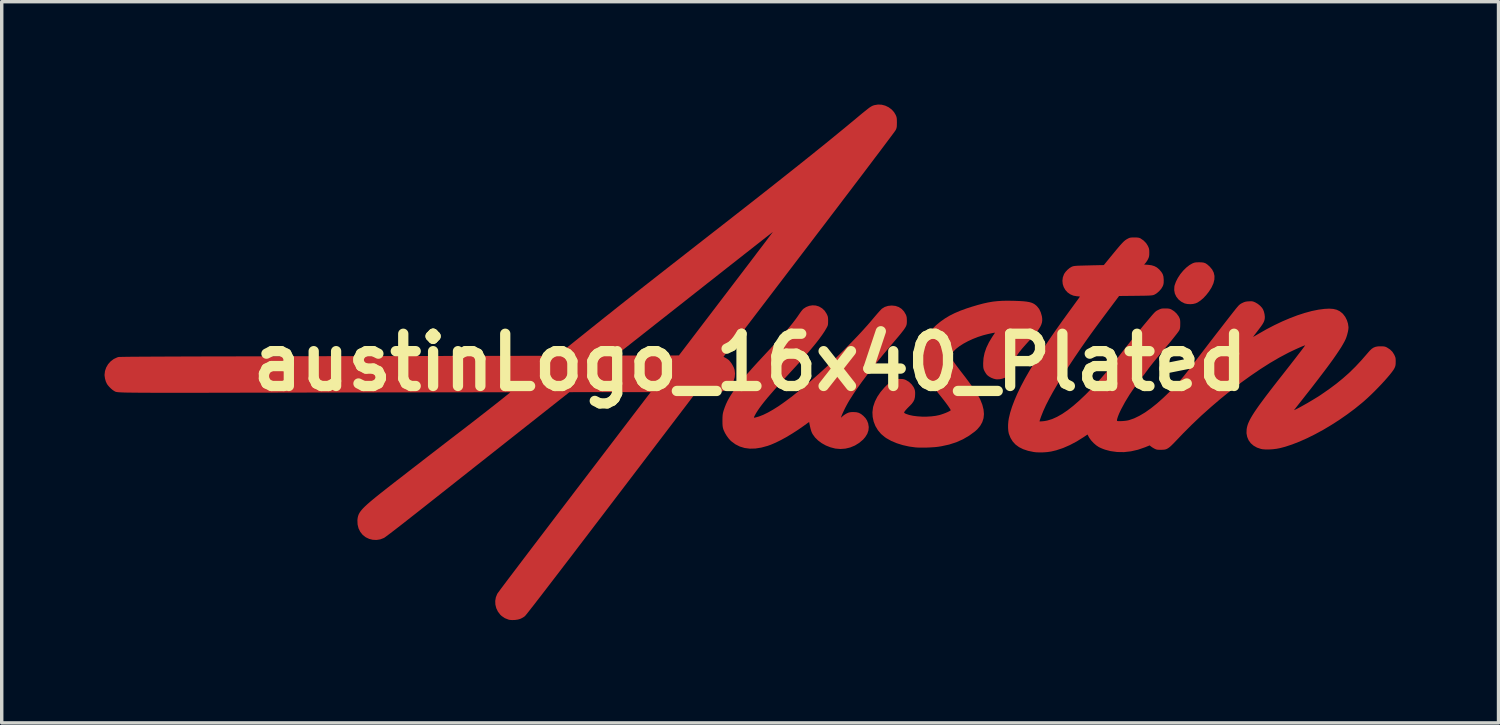
<source format=kicad_pcb>
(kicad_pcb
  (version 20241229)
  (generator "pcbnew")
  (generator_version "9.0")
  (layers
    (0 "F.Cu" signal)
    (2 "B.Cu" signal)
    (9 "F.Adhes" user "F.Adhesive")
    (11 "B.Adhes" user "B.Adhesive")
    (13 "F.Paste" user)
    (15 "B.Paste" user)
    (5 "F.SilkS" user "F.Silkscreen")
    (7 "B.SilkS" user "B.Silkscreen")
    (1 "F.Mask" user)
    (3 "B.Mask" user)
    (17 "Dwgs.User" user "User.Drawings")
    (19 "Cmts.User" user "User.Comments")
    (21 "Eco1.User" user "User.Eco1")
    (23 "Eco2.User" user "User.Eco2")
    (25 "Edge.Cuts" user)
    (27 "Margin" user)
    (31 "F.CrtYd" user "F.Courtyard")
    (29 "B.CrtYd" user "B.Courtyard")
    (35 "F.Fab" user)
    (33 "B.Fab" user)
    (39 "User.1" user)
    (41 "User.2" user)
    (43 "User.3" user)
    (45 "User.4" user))
  (footprint "austinLogo_16x40_Plated"
    (layer "F.Cu")
    (at 18.839 7.522)
    (property "Reference" "austinLogo_16x40_Plated" (at 0 0 0) (layer "F.SilkS") (effects (font (size 1.524 1.524) (thickness 0.3))))
    (attr through_hole)
    (pad "1" smd custom (at 0.508 1.905) (size 0.5 0.5) (layers "F.Cu" "F.Mask" "F.Paste") (options (anchor circle)) (primitives (gr_poly (pts (xy 1.405 -3.558) (xy 1.492 -3.532) (xy 1.499 -3.529) (xy 1.589 -3.475) (xy 1.66 -3.407) (xy 1.714 -3.323) (xy 1.717 -3.318) (xy 1.737 -3.275) (xy 1.75 -3.24) (xy 1.756 -3.203) (xy 1.759 -3.157) (xy 1.759 -3.112) (xy 1.758 -3.054) (xy 1.755 -3.013) (xy 1.748 -2.981) (xy 1.734 -2.948) (xy 1.712 -2.907) (xy 1.711 -2.905) (xy 1.656 -2.812) (xy 1.586 -2.708) (xy 1.501 -2.591) (xy 1.401 -2.462) (xy 1.284 -2.32) (xy 1.15 -2.163) (xy 1 -1.992) (xy 0.831 -1.805) (xy 0.648 -1.607) (xy 0.486 -1.43) (xy 0.34 -1.271) (xy 0.21 -1.127) (xy 0.096 -0.996) (xy -0.005 -0.879) (xy -0.092 -0.773) (xy -0.168 -0.677) (xy -0.232 -0.591) (xy -0.287 -0.512) (xy -0.333 -0.44) (xy -0.352 -0.407) (xy -0.383 -0.351) (xy -0.4 -0.315) (xy -0.404 -0.293) (xy -0.396 -0.285) (xy -0.376 -0.286) (xy -0.371 -0.287) (xy -0.253 -0.32) (xy -0.125 -0.37) (xy 0.014 -0.438) (xy 0.165 -0.524) (xy 0.328 -0.627) (xy 0.503 -0.75) (xy 0.693 -0.891) (xy 0.896 -1.053) (xy 1.022 -1.157) (xy 1.273 -1.369) (xy 1.51 -1.577) (xy 1.741 -1.788) (xy 1.97 -2.006) (xy 2.206 -2.238) (xy 2.274 -2.307) (xy 2.41 -2.445) (xy 2.53 -2.569) (xy 2.639 -2.683) (xy 2.738 -2.789) (xy 2.83 -2.891) (xy 2.921 -2.992) (xy 3.011 -3.096) (xy 3.095 -3.196) (xy 3.153 -3.264) (xy 3.207 -3.327) (xy 3.257 -3.383) (xy 3.298 -3.427) (xy 3.327 -3.457) (xy 3.336 -3.466) (xy 3.418 -3.517) (xy 3.513 -3.547) (xy 3.619 -3.558) (xy 3.728 -3.547) (xy 3.824 -3.514) (xy 3.907 -3.46) (xy 3.976 -3.385) (xy 4.03 -3.292) (xy 4.044 -3.253) (xy 4.053 -3.211) (xy 4.056 -3.156) (xy 4.057 -3.118) (xy 4.057 -3.083) (xy 4.055 -3.052) (xy 4.052 -3.023) (xy 4.045 -2.994) (xy 4.033 -2.963) (xy 4.015 -2.929) (xy 3.99 -2.89) (xy 3.957 -2.843) (xy 3.914 -2.788) (xy 3.861 -2.721) (xy 3.795 -2.642) (xy 3.716 -2.549) (xy 3.622 -2.438) (xy 3.557 -2.362) (xy 3.378 -2.148) (xy 3.205 -1.936) (xy 3.04 -1.729) (xy 2.886 -1.527) (xy 2.742 -1.334) (xy 2.612 -1.152) (xy 2.497 -0.983) (xy 2.399 -0.828) (xy 2.382 -0.802) (xy 2.338 -0.727) (xy 2.294 -0.647) (xy 2.252 -0.566) (xy 2.214 -0.487) (xy 2.181 -0.416) (xy 2.155 -0.355) (xy 2.139 -0.308) (xy 2.134 -0.281) (xy 2.142 -0.285) (xy 2.163 -0.304) (xy 2.188 -0.327) (xy 2.23 -0.362) (xy 2.283 -0.396) (xy 2.318 -0.415) (xy 2.363 -0.434) (xy 2.404 -0.444) (xy 2.451 -0.449) (xy 2.502 -0.45) (xy 2.588 -0.445) (xy 2.659 -0.427) (xy 2.723 -0.393) (xy 2.788 -0.341) (xy 2.851 -0.275) (xy 2.894 -0.208) (xy 2.925 -0.129) (xy 2.928 -0.12) (xy 2.945 -0.019) (xy 2.936 0.08) (xy 2.903 0.177) (xy 2.844 0.272) (xy 2.782 0.344) (xy 2.669 0.44) (xy 2.544 0.517) (xy 2.409 0.573) (xy 2.268 0.607) (xy 2.124 0.618) (xy 1.981 0.606) (xy 1.969 0.604) (xy 1.831 0.568) (xy 1.7 0.516) (xy 1.58 0.449) (xy 1.474 0.37) (xy 1.384 0.281) (xy 1.315 0.184) (xy 1.297 0.149) (xy 1.278 0.102) (xy 1.259 0.039) (xy 1.239 -0.044) (xy 1.223 -0.122) (xy 1.213 -0.174) (xy 1.048 -0.055) (xy 0.88 0.062) (xy 0.712 0.17) (xy 0.546 0.27) (xy 0.385 0.358) (xy 0.233 0.433) (xy 0.093 0.493) (xy -0.002 0.527) (xy -0.185 0.577) (xy -0.358 0.604) (xy -0.519 0.608) (xy -0.67 0.589) (xy -0.809 0.547) (xy -0.938 0.482) (xy -1.056 0.395) (xy -1.074 0.379) (xy -1.131 0.317) (xy -1.189 0.239) (xy -1.24 0.154) (xy -1.278 0.073) (xy -1.285 0.055) (xy -1.297 0.016) (xy -1.305 -0.021) (xy -1.31 -0.062) (xy -1.313 -0.113) (xy -1.314 -0.181) (xy -1.314 -0.21) (xy -1.313 -0.286) (xy -1.31 -0.344) (xy -1.305 -0.391) (xy -1.297 -0.434) (xy -1.284 -0.482) (xy -1.278 -0.502) (xy -1.247 -0.592) (xy -1.211 -0.683) (xy -1.168 -0.775) (xy -1.116 -0.87) (xy -1.055 -0.969) (xy -0.985 -1.074) (xy -0.903 -1.186) (xy -0.809 -1.306) (xy -0.702 -1.437) (xy -0.581 -1.578) (xy -0.445 -1.732) (xy -0.292 -1.9) (xy -0.122 -2.083) (xy -0.057 -2.153) (xy 0.114 -2.336) (xy 0.267 -2.504) (xy 0.404 -2.656) (xy 0.525 -2.795) (xy 0.632 -2.922) (xy 0.726 -3.038) (xy 0.808 -3.144) (xy 0.879 -3.242) (xy 0.913 -3.292) (xy 0.951 -3.347) (xy 0.988 -3.397) (xy 1.021 -3.437) (xy 1.043 -3.461) (xy 1.124 -3.514) (xy 1.215 -3.549) (xy 1.31 -3.564) (xy 1.405 -3.558)) (width 0.01) (fill yes))))
    (pad "1" smd custom (at 1.778 -5.08) (size 0.5 0.5) (layers "F.Cu" "F.Mask" "F.Paste") (options (anchor circle)) (primitives (gr_poly (pts (xy 2.057 -2.432) (xy 2.16 -2.405) (xy 2.256 -2.359) (xy 2.342 -2.296) (xy 2.414 -2.217) (xy 2.461 -2.137) (xy 2.476 -2.102) (xy 2.486 -2.071) (xy 2.492 -2.036) (xy 2.495 -1.991) (xy 2.496 -1.928) (xy 2.496 -1.918) (xy 2.495 -1.852) (xy 2.493 -1.804) (xy 2.487 -1.768) (xy 2.478 -1.737) (xy 2.464 -1.704) (xy 2.463 -1.702) (xy 2.452 -1.686) (xy 2.427 -1.65) (xy 2.387 -1.595) (xy 2.333 -1.523) (xy 2.265 -1.432) (xy 2.184 -1.324) (xy 2.091 -1.2) (xy 1.986 -1.06) (xy 1.868 -0.905) (xy 1.74 -0.735) (xy 1.601 -0.551) (xy 1.452 -0.354) (xy 1.292 -0.144) (xy 1.124 0.078) (xy 0.946 0.311) (xy 0.761 0.556) (xy 0.567 0.81) (xy 0.366 1.075) (xy 0.157 1.348) (xy -0.057 1.63) (xy -0.068 1.644) (xy -2.566 4.919) (xy -2.499 4.956) (xy -2.45 4.985) (xy -2.411 5.014) (xy -2.377 5.05) (xy -2.34 5.098) (xy -2.317 5.13) (xy -2.263 5.23) (xy -2.239 5.301) (xy -2.226 5.407) (xy -2.236 5.513) (xy -2.267 5.615) (xy -2.319 5.709) (xy -2.388 5.792) (xy -2.474 5.86) (xy -2.523 5.888) (xy -2.597 5.925) (xy -2.972 5.929) (xy -3.346 5.933) (xy -5.823 9.185) (xy -6.084 9.528) (xy -6.331 9.851) (xy -6.562 10.155) (xy -6.779 10.438) (xy -6.98 10.703) (xy -7.168 10.948) (xy -7.341 11.174) (xy -7.5 11.381) (xy -7.645 11.57) (xy -7.776 11.741) (xy -7.893 11.893) (xy -7.997 12.027) (xy -8.087 12.144) (xy -8.165 12.243) (xy -8.229 12.325) (xy -8.28 12.39) (xy -8.319 12.438) (xy -8.345 12.469) (xy -8.359 12.484) (xy -8.36 12.485) (xy -8.408 12.518) (xy -8.464 12.548) (xy -8.493 12.561) (xy -8.561 12.58) (xy -8.64 12.591) (xy -8.721 12.594) (xy -8.793 12.589) (xy -8.826 12.582) (xy -8.934 12.54) (xy -9.026 12.478) (xy -9.069 12.437) (xy -9.136 12.349) (xy -9.183 12.251) (xy -9.209 12.146) (xy -9.213 12.04) (xy -9.195 11.935) (xy -9.155 11.837) (xy -9.154 11.835) (xy -9.144 11.821) (xy -9.123 11.791) (xy -9.09 11.747) (xy -9.046 11.686) (xy -8.989 11.611) (xy -8.92 11.519) (xy -8.839 11.411) (xy -8.745 11.287) (xy -8.638 11.146) (xy -8.519 10.989) (xy -8.387 10.815) (xy -8.242 10.624) (xy -8.083 10.415) (xy -7.911 10.189) (xy -7.725 9.945) (xy -7.526 9.683) (xy -7.313 9.403) (xy -7.085 9.105) (xy -6.844 8.788) (xy -6.588 8.453) (xy -6.317 8.098) (xy -6.032 7.724) (xy -5.732 7.331) (xy -5.417 6.918) (xy -5.087 6.486) (xy -4.816 6.131) (xy -4.672 5.944) (xy -7.055 5.945) (xy -8.954 7.444) (xy -9.16 7.607) (xy -9.369 7.772) (xy -9.579 7.938) (xy -9.789 8.103) (xy -9.996 8.267) (xy -10.199 8.427) (xy -10.397 8.584) (xy -10.588 8.735) (xy -10.771 8.879) (xy -10.943 9.015) (xy -11.104 9.142) (xy -11.252 9.259) (xy -11.385 9.364) (xy -11.502 9.456) (xy -11.6 9.533) (xy -11.626 9.553) (xy -11.75 9.651) (xy -11.87 9.745) (xy -11.984 9.834) (xy -12.09 9.916) (xy -12.186 9.99) (xy -12.272 10.056) (xy -12.344 10.11) (xy -12.403 10.154) (xy -12.444 10.184) (xy -12.468 10.199) (xy -12.47 10.2) (xy -12.573 10.24) (xy -12.681 10.257) (xy -12.79 10.252) (xy -12.895 10.226) (xy -12.992 10.18) (xy -13.078 10.114) (xy -13.082 10.11) (xy -13.152 10.022) (xy -13.202 9.921) (xy -13.229 9.809) (xy -13.234 9.69) (xy -13.232 9.662) (xy -13.227 9.621) (xy -13.219 9.583) (xy -13.208 9.546) (xy -13.193 9.508) (xy -13.172 9.47) (xy -13.144 9.429) (xy -13.109 9.385) (xy -13.065 9.336) (xy -13.011 9.283) (xy -12.946 9.223) (xy -12.869 9.155) (xy -12.779 9.08) (xy -12.674 8.994) (xy -12.554 8.898) (xy -12.418 8.791) (xy -12.265 8.671) (xy -12.093 8.537) (xy -11.982 8.452) (xy -11.798 8.309) (xy -11.632 8.18) (xy -11.482 8.065) (xy -11.347 7.96) (xy -11.226 7.866) (xy -11.116 7.781) (xy -11.016 7.704) (xy -10.924 7.633) (xy -10.838 7.567) (xy -10.757 7.504) (xy -10.679 7.444) (xy -10.602 7.385) (xy -10.525 7.325) (xy -10.445 7.264) (xy -10.362 7.2) (xy -10.273 7.132) (xy -10.176 7.058) (xy -10.147 7.036) (xy -10.031 6.946) (xy -9.911 6.854) (xy -9.789 6.759) (xy -9.667 6.664) (xy -9.546 6.57) (xy -9.428 6.478) (xy -9.315 6.389) (xy -9.208 6.305) (xy -9.108 6.226) (xy -9.018 6.155) (xy -8.94 6.092) (xy -8.874 6.039) (xy -8.822 5.997) (xy -8.786 5.967) (xy -8.768 5.951) (xy -8.766 5.949) (xy -8.779 5.948) (xy -8.817 5.948) (xy -8.878 5.948) (xy -8.962 5.948) (xy -9.069 5.948) (xy -9.196 5.948) (xy -9.345 5.948) (xy -9.513 5.948) (xy -9.7 5.948) (xy -9.905 5.949) (xy -10.128 5.949) (xy -10.367 5.949) (xy -10.622 5.949) (xy -10.892 5.95) (xy -11.176 5.95) (xy -11.473 5.951) (xy -11.783 5.951) (xy -12.105 5.952) (xy -12.437 5.952) (xy -12.78 5.953) (xy -13.132 5.954) (xy -13.492 5.954) (xy -13.861 5.955) (xy -14.236 5.956) (xy -14.462 5.956) (xy -14.919 5.957) (xy -15.35 5.958) (xy -15.758 5.959) (xy -16.142 5.96) (xy -16.504 5.96) (xy -16.844 5.961) (xy -17.163 5.962) (xy -17.461 5.962) (xy -17.739 5.963) (xy -17.999 5.963) (xy -18.239 5.963) (xy -18.462 5.963) (xy -18.668 5.963) (xy -18.858 5.963) (xy -19.032 5.963) (xy -19.191 5.963) (xy -19.336 5.962) (xy -19.468 5.962) (xy -19.586 5.961) (xy -19.693 5.96) (xy -19.788 5.959) (xy -19.872 5.958) (xy -19.946 5.957) (xy -20.011 5.956) (xy -20.067 5.954) (xy -20.115 5.952) (xy -20.156 5.95) (xy -20.191 5.948) (xy -20.219 5.946) (xy -20.243 5.943) (xy -20.262 5.94) (xy -20.277 5.937) (xy -20.289 5.934) (xy -20.298 5.931) (xy -20.307 5.927) (xy -20.314 5.923) (xy -20.32 5.919) (xy -20.328 5.915) (xy -20.336 5.91) (xy -20.378 5.882) (xy -20.428 5.84) (xy -20.477 5.79) (xy -20.519 5.741) (xy -20.542 5.708) (xy -20.575 5.636) (xy -20.599 5.551) (xy -20.611 5.467) (xy -20.612 5.442) (xy -20.599 5.334) (xy -20.564 5.231) (xy -20.509 5.137) (xy -20.436 5.055) (xy -20.348 4.988) (xy -20.248 4.941) (xy -20.211 4.929) (xy -20.198 4.928) (xy -20.167 4.927) (xy -20.118 4.926) (xy -20.051 4.925) (xy -19.965 4.923) (xy -19.86 4.922) (xy -19.735 4.921) (xy -19.591 4.92) (xy -19.427 4.919) (xy -19.243 4.918) (xy -19.038 4.917) (xy -18.812 4.916) (xy -18.565 4.915) (xy -18.296 4.914) (xy -18.006 4.913) (xy -17.693 4.912) (xy -17.358 4.912) (xy -17 4.911) (xy -16.619 4.91) (xy -16.214 4.909) (xy -15.786 4.908) (xy -15.333 4.907) (xy -14.856 4.906) (xy -14.354 4.905) (xy -13.827 4.904) (xy -13.789 4.904) (xy -7.418 4.893) (xy -7.394 4.873) (xy -5.698 4.873) (xy -5.696 4.876) (xy -5.689 4.879) (xy -5.673 4.882) (xy -5.648 4.883) (xy -5.612 4.885) (xy -5.564 4.886) (xy -5.501 4.887) (xy -5.421 4.887) (xy -5.325 4.887) (xy -5.209 4.887) (xy -5.072 4.887) (xy -4.912 4.886) (xy -4.789 4.886) (xy -3.857 4.883) (xy -2.474 3.069) (xy -2.329 2.879) (xy -2.189 2.695) (xy -2.053 2.517) (xy -1.923 2.346) (xy -1.8 2.185) (xy -1.684 2.032) (xy -1.577 1.89) (xy -1.478 1.76) (xy -1.388 1.642) (xy -1.309 1.538) (xy -1.242 1.448) (xy -1.186 1.374) (xy -1.142 1.316) (xy -1.112 1.277) (xy -1.097 1.255) (xy -1.095 1.252) (xy -1.105 1.259) (xy -1.134 1.282) (xy -1.181 1.318) (xy -1.246 1.369) (xy -1.327 1.432) (xy -1.424 1.508) (xy -1.535 1.595) (xy -1.66 1.693) (xy -1.798 1.802) (xy -1.948 1.919) (xy -2.109 2.046) (xy -2.28 2.18) (xy -2.461 2.322) (xy -2.65 2.471) (xy -2.846 2.626) (xy -3.05 2.785) (xy -3.258 2.95) (xy -3.378 3.044) (xy -3.59 3.211) (xy -3.798 3.375) (xy -3.999 3.533) (xy -4.193 3.686) (xy -4.38 3.833) (xy -4.558 3.973) (xy -4.726 4.106) (xy -4.884 4.23) (xy -5.03 4.346) (xy -5.165 4.451) (xy -5.286 4.547) (xy -5.393 4.631) (xy -5.485 4.703) (xy -5.561 4.763) (xy -5.62 4.81) (xy -5.662 4.843) (xy -5.685 4.861) (xy -5.69 4.864) (xy -5.695 4.869) (xy -5.698 4.873) (xy -7.394 4.873) (xy -7.243 4.75) (xy -7.203 4.717) (xy -7.145 4.671) (xy -7.071 4.611) (xy -6.984 4.542) (xy -6.886 4.463) (xy -6.78 4.378) (xy -6.666 4.287) (xy -6.548 4.192) (xy -6.428 4.096) (xy -6.382 4.059) (xy -6.26 3.962) (xy -6.141 3.867) (xy -6.024 3.773) (xy -5.906 3.68) (xy -5.788 3.586) (xy -5.668 3.49) (xy -5.544 3.392) (xy -5.416 3.291) (xy -5.282 3.186) (xy -5.142 3.075) (xy -4.994 2.959) (xy -4.837 2.836) (xy -4.669 2.705) (xy -4.491 2.565) (xy -4.3 2.416) (xy -4.096 2.256) (xy -3.876 2.085) (xy -3.642 1.902) (xy -3.39 1.705) (xy -3.12 1.494) (xy -2.921 1.339) (xy -2.572 1.067) (xy -2.242 0.809) (xy -1.93 0.565) (xy -1.635 0.334) (xy -1.356 0.115) (xy -1.092 -0.093) (xy -0.842 -0.291) (xy -0.605 -0.479) (xy -0.379 -0.658) (xy -0.164 -0.83) (xy 0.042 -0.995) (xy 0.239 -1.153) (xy 0.429 -1.306) (xy 0.612 -1.455) (xy 0.79 -1.601) (xy 0.964 -1.743) (xy 1.134 -1.884) (xy 1.295 -2.017) (xy 1.4 -2.105) (xy 1.488 -2.178) (xy 1.561 -2.237) (xy 1.621 -2.285) (xy 1.669 -2.323) (xy 1.708 -2.352) (xy 1.741 -2.373) (xy 1.768 -2.389) (xy 1.792 -2.401) (xy 1.816 -2.41) (xy 1.841 -2.418) (xy 1.847 -2.42) (xy 1.951 -2.437) (xy 2.057 -2.432)) (width 0.01) (fill yes))))
    (pad "1" smd custom (at 5.588 -0.508) (size 0.5 0.5) (layers "F.Cu" "F.Mask" "F.Paste") (options (anchor circle)) (primitives (gr_poly (pts (xy 2.109 -1.282) (xy 2.139 -1.281) (xy 2.272 -1.276) (xy 2.383 -1.269) (xy 2.474 -1.259) (xy 2.549 -1.246) (xy 2.612 -1.229) (xy 2.665 -1.207) (xy 2.71 -1.18) (xy 2.753 -1.146) (xy 2.777 -1.122) (xy 2.838 -1.046) (xy 2.883 -0.951) (xy 2.916 -0.838) (xy 2.925 -0.775) (xy 2.926 -0.714) (xy 2.918 -0.654) (xy 2.898 -0.592) (xy 2.866 -0.526) (xy 2.82 -0.454) (xy 2.759 -0.372) (xy 2.683 -0.28) (xy 2.589 -0.174) (xy 2.543 -0.123) (xy 2.433 -0.001) (xy 2.34 0.105) (xy 2.264 0.199) (xy 2.204 0.282) (xy 2.157 0.356) (xy 2.123 0.423) (xy 2.1 0.486) (xy 2.087 0.545) (xy 2.083 0.603) (xy 2.083 0.604) (xy 2.071 0.679) (xy 2.039 0.756) (xy 1.99 0.829) (xy 1.928 0.894) (xy 1.857 0.944) (xy 1.846 0.95) (xy 1.774 0.977) (xy 1.693 0.995) (xy 1.613 0.999) (xy 1.583 0.997) (xy 1.516 0.981) (xy 1.444 0.953) (xy 1.379 0.916) (xy 1.327 0.875) (xy 1.32 0.867) (xy 1.291 0.828) (xy 1.261 0.779) (xy 1.246 0.75) (xy 1.231 0.716) (xy 1.222 0.685) (xy 1.216 0.649) (xy 1.214 0.603) (xy 1.213 0.538) (xy 1.213 0.533) (xy 1.223 0.383) (xy 1.254 0.233) (xy 1.306 0.082) (xy 1.381 -0.074) (xy 1.478 -0.235) (xy 1.507 -0.278) (xy 1.533 -0.316) (xy 1.552 -0.346) (xy 1.559 -0.362) (xy 1.559 -0.363) (xy 1.545 -0.363) (xy 1.511 -0.357) (xy 1.462 -0.348) (xy 1.403 -0.335) (xy 1.34 -0.321) (xy 1.277 -0.305) (xy 1.218 -0.29) (xy 1.201 -0.285) (xy 1.052 -0.237) (xy 0.905 -0.179) (xy 0.764 -0.114) (xy 0.634 -0.044) (xy 0.52 0.028) (xy 0.424 0.102) (xy 0.385 0.138) (xy 0.339 0.186) (xy 0.299 0.235) (xy 0.267 0.28) (xy 0.247 0.315) (xy 0.241 0.334) (xy 0.249 0.351) (xy 0.27 0.386) (xy 0.302 0.435) (xy 0.344 0.495) (xy 0.393 0.563) (xy 0.447 0.637) (xy 0.504 0.712) (xy 0.55 0.772) (xy 0.687 0.949) (xy 0.805 1.108) (xy 0.907 1.25) (xy 0.99 1.374) (xy 1.057 1.481) (xy 1.107 1.571) (xy 1.12 1.598) (xy 1.179 1.746) (xy 1.214 1.885) (xy 1.226 2.015) (xy 1.214 2.137) (xy 1.177 2.252) (xy 1.117 2.358) (xy 1.033 2.458) (xy 0.967 2.518) (xy 0.796 2.643) (xy 0.616 2.748) (xy 0.423 2.834) (xy 0.216 2.901) (xy -0.007 2.95) (xy -0.107 2.966) (xy -0.197 2.976) (xy -0.303 2.983) (xy -0.416 2.989) (xy -0.531 2.991) (xy -0.639 2.991) (xy -0.732 2.987) (xy -0.762 2.985) (xy -0.952 2.959) (xy -1.136 2.918) (xy -1.309 2.864) (xy -1.469 2.797) (xy -1.611 2.718) (xy -1.659 2.685) (xy -1.768 2.593) (xy -1.859 2.485) (xy -1.931 2.365) (xy -1.982 2.236) (xy -2.011 2.101) (xy -2.018 1.963) (xy -2.001 1.825) (xy -1.994 1.796) (xy -1.946 1.654) (xy -1.876 1.515) (xy -1.783 1.378) (xy -1.666 1.241) (xy -1.605 1.18) (xy -1.554 1.133) (xy -1.501 1.089) (xy -1.454 1.053) (xy -1.422 1.034) (xy -1.386 1.016) (xy -1.354 1.005) (xy -1.318 0.999) (xy -1.269 0.997) (xy -1.232 0.997) (xy -1.171 0.998) (xy -1.128 1.002) (xy -1.093 1.01) (xy -1.057 1.024) (xy -1.039 1.033) (xy -0.954 1.086) (xy -0.88 1.156) (xy -0.825 1.235) (xy -0.815 1.255) (xy -0.797 1.298) (xy -0.787 1.338) (xy -0.782 1.386) (xy -0.782 1.435) (xy -0.787 1.518) (xy -0.803 1.589) (xy -0.835 1.654) (xy -0.883 1.719) (xy -0.946 1.783) (xy -1.009 1.846) (xy -1.057 1.899) (xy -1.09 1.941) (xy -1.104 1.971) (xy -1.105 1.976) (xy -1.094 1.989) (xy -1.067 2.006) (xy -1.045 2.016) (xy -0.951 2.048) (xy -0.838 2.072) (xy -0.712 2.088) (xy -0.577 2.097) (xy -0.439 2.097) (xy -0.303 2.089) (xy -0.175 2.073) (xy -0.07 2.051) (xy -0.01 2.033) (xy 0.054 2.011) (xy 0.117 1.987) (xy 0.175 1.962) (xy 0.222 1.939) (xy 0.254 1.92) (xy 0.267 1.906) (xy 0.267 1.905) (xy 0.259 1.886) (xy 0.237 1.849) (xy 0.204 1.799) (xy 0.161 1.738) (xy 0.11 1.669) (xy 0.054 1.596) (xy 0.015 1.547) (xy -0.095 1.409) (xy -0.189 1.288) (xy -0.27 1.182) (xy -0.339 1.09) (xy -0.398 1.008) (xy -0.447 0.935) (xy -0.488 0.868) (xy -0.522 0.806) (xy -0.552 0.746) (xy -0.578 0.686) (xy -0.601 0.624) (xy -0.617 0.578) (xy -0.649 0.469) (xy -0.667 0.372) (xy -0.67 0.282) (xy -0.657 0.193) (xy -0.629 0.098) (xy -0.584 -0.009) (xy -0.572 -0.034) (xy -0.486 -0.193) (xy -0.386 -0.337) (xy -0.267 -0.471) (xy -0.159 -0.574) (xy -0.036 -0.675) (xy 0.092 -0.766) (xy 0.228 -0.848) (xy 0.377 -0.923) (xy 0.541 -0.993) (xy 0.724 -1.06) (xy 0.876 -1.109) (xy 1.051 -1.161) (xy 1.208 -1.203) (xy 1.354 -1.235) (xy 1.494 -1.259) (xy 1.634 -1.274) (xy 1.78 -1.283) (xy 1.936 -1.285) (xy 2.109 -1.282)) (width 0.01) (fill yes))))
    (pad "1" smd custom (at 10.287 1.143) (size 0.5 0.5) (layers "F.Cu" "F.Mask" "F.Paste") (options (anchor circle)) (primitives (gr_poly (pts (xy 0.984 -4.781) (xy 1.029 -4.777) (xy 1.063 -4.77) (xy 1.092 -4.758) (xy 1.099 -4.754) (xy 1.186 -4.694) (xy 1.26 -4.618) (xy 1.31 -4.539) (xy 1.33 -4.494) (xy 1.343 -4.456) (xy 1.349 -4.416) (xy 1.351 -4.362) (xy 1.351 -4.346) (xy 1.35 -4.285) (xy 1.345 -4.24) (xy 1.334 -4.201) (xy 1.318 -4.164) (xy 1.292 -4.115) (xy 1.259 -4.066) (xy 1.24 -4.042) (xy 1.194 -3.992) (xy 1.316 -3.984) (xy 1.418 -3.971) (xy 1.502 -3.946) (xy 1.575 -3.907) (xy 1.641 -3.851) (xy 1.651 -3.84) (xy 1.706 -3.775) (xy 1.743 -3.714) (xy 1.763 -3.648) (xy 1.771 -3.569) (xy 1.772 -3.537) (xy 1.771 -3.477) (xy 1.766 -3.434) (xy 1.757 -3.398) (xy 1.741 -3.36) (xy 1.736 -3.351) (xy 1.698 -3.289) (xy 1.644 -3.228) (xy 1.583 -3.173) (xy 1.522 -3.132) (xy 1.49 -3.117) (xy 1.472 -3.111) (xy 1.45 -3.106) (xy 1.422 -3.102) (xy 1.386 -3.099) (xy 1.339 -3.096) (xy 1.277 -3.094) (xy 1.198 -3.092) (xy 1.101 -3.091) (xy 0.981 -3.089) (xy 0.95 -3.089) (xy 0.472 -3.084) (xy 0.105 -2.593) (xy -0.028 -2.415) (xy -0.147 -2.255) (xy -0.255 -2.107) (xy -0.355 -1.97) (xy -0.448 -1.84) (xy -0.537 -1.713) (xy -0.625 -1.587) (xy -0.713 -1.458) (xy -0.805 -1.323) (xy -0.832 -1.283) (xy -1.014 -1.008) (xy -1.178 -0.75) (xy -1.325 -0.511) (xy -1.455 -0.289) (xy -1.567 -0.085) (xy -1.663 0.102) (xy -1.741 0.273) (xy -1.802 0.426) (xy -1.817 0.469) (xy -1.834 0.517) (xy -1.846 0.555) (xy -1.853 0.577) (xy -1.854 0.58) (xy -1.843 0.585) (xy -1.812 0.585) (xy -1.768 0.582) (xy -1.716 0.577) (xy -1.663 0.568) (xy -1.613 0.558) (xy -1.613 0.558) (xy -1.476 0.516) (xy -1.332 0.451) (xy -1.181 0.365) (xy -1.022 0.257) (xy -0.855 0.126) (xy -0.679 -0.028) (xy -0.493 -0.204) (xy -0.47 -0.228) (xy -0.314 -0.387) (xy -0.169 -0.541) (xy -0.031 -0.695) (xy 0.105 -0.854) (xy 0.244 -1.024) (xy 0.389 -1.209) (xy 0.435 -1.269) (xy 0.623 -1.513) (xy 0.822 -1.764) (xy 1.035 -2.027) (xy 1.189 -2.215) (xy 1.272 -2.314) (xy 1.341 -2.397) (xy 1.397 -2.463) (xy 1.442 -2.516) (xy 1.478 -2.557) (xy 1.508 -2.589) (xy 1.532 -2.612) (xy 1.553 -2.63) (xy 1.572 -2.643) (xy 1.592 -2.654) (xy 1.614 -2.665) (xy 1.622 -2.669) (xy 1.667 -2.69) (xy 1.703 -2.703) (xy 1.741 -2.709) (xy 1.791 -2.711) (xy 1.822 -2.711) (xy 1.884 -2.71) (xy 1.929 -2.705) (xy 1.965 -2.696) (xy 1.997 -2.682) (xy 2.077 -2.631) (xy 2.148 -2.565) (xy 2.204 -2.49) (xy 2.217 -2.468) (xy 2.234 -2.431) (xy 2.245 -2.399) (xy 2.251 -2.364) (xy 2.254 -2.317) (xy 2.254 -2.267) (xy 2.253 -2.201) (xy 2.249 -2.154) (xy 2.241 -2.116) (xy 2.227 -2.082) (xy 2.227 -2.081) (xy 2.213 -2.058) (xy 2.184 -2.018) (xy 2.143 -1.964) (xy 2.091 -1.898) (xy 2.032 -1.824) (xy 1.967 -1.744) (xy 1.909 -1.675) (xy 1.781 -1.522) (xy 1.67 -1.387) (xy 1.574 -1.271) (xy 1.492 -1.171) (xy 1.426 -1.088) (xy 1.373 -1.021) (xy 1.333 -0.969) (xy 1.308 -0.933) (xy 1.286 -0.903) (xy 1.252 -0.858) (xy 1.21 -0.801) (xy 1.161 -0.737) (xy 1.109 -0.67) (xy 1.107 -0.667) (xy 0.932 -0.433) (xy 0.778 -0.207) (xy 0.645 0.011) (xy 0.53 0.224) (xy 0.508 0.269) (xy 0.471 0.349) (xy 0.442 0.421) (xy 0.421 0.483) (xy 0.409 0.53) (xy 0.408 0.56) (xy 0.411 0.568) (xy 0.431 0.575) (xy 0.471 0.578) (xy 0.525 0.577) (xy 0.586 0.574) (xy 0.65 0.568) (xy 0.71 0.56) (xy 0.761 0.549) (xy 0.768 0.547) (xy 0.915 0.496) (xy 1.07 0.421) (xy 1.234 0.324) (xy 1.405 0.203) (xy 1.584 0.06) (xy 1.769 -0.105) (xy 1.884 -0.215) (xy 1.976 -0.306) (xy 2.06 -0.392) (xy 2.138 -0.475) (xy 2.214 -0.559) (xy 2.289 -0.646) (xy 2.368 -0.741) (xy 2.452 -0.847) (xy 2.545 -0.967) (xy 2.649 -1.103) (xy 2.666 -1.125) (xy 2.754 -1.241) (xy 2.854 -1.372) (xy 2.962 -1.513) (xy 3.077 -1.663) (xy 3.195 -1.816) (xy 3.314 -1.971) (xy 3.432 -2.122) (xy 3.544 -2.267) (xy 3.65 -2.403) (xy 3.745 -2.525) (xy 3.828 -2.631) (xy 3.832 -2.635) (xy 3.885 -2.703) (xy 3.927 -2.753) (xy 3.959 -2.79) (xy 3.987 -2.817) (xy 4.013 -2.838) (xy 4.04 -2.855) (xy 4.067 -2.869) (xy 4.118 -2.893) (xy 4.162 -2.907) (xy 4.211 -2.915) (xy 4.26 -2.918) (xy 4.316 -2.921) (xy 4.355 -2.919) (xy 4.389 -2.911) (xy 4.427 -2.896) (xy 4.447 -2.887) (xy 4.519 -2.845) (xy 4.586 -2.791) (xy 4.641 -2.731) (xy 4.671 -2.684) (xy 4.696 -2.62) (xy 4.714 -2.545) (xy 4.722 -2.472) (xy 4.72 -2.425) (xy 4.713 -2.385) (xy 4.701 -2.345) (xy 4.681 -2.302) (xy 4.652 -2.253) (xy 4.611 -2.194) (xy 4.557 -2.121) (xy 4.514 -2.065) (xy 4.469 -2.006) (xy 4.429 -1.954) (xy 4.398 -1.913) (xy 4.378 -1.884) (xy 4.371 -1.873) (xy 4.371 -1.873) (xy 4.383 -1.878) (xy 4.413 -1.894) (xy 4.456 -1.919) (xy 4.51 -1.95) (xy 4.547 -1.972) (xy 4.776 -2.103) (xy 5.007 -2.223) (xy 5.236 -2.332) (xy 5.462 -2.428) (xy 5.683 -2.512) (xy 5.896 -2.581) (xy 6.099 -2.636) (xy 6.291 -2.675) (xy 6.468 -2.698) (xy 6.604 -2.705) (xy 6.722 -2.697) (xy 6.822 -2.673) (xy 6.909 -2.631) (xy 6.986 -2.57) (xy 7.007 -2.548) (xy 7.068 -2.468) (xy 7.116 -2.373) (xy 7.148 -2.273) (xy 7.162 -2.175) (xy 7.163 -2.16) (xy 7.158 -2.102) (xy 7.145 -2.031) (xy 7.125 -1.953) (xy 7.102 -1.879) (xy 7.081 -1.825) (xy 7.048 -1.756) (xy 7.004 -1.677) (xy 6.951 -1.587) (xy 6.886 -1.487) (xy 6.81 -1.374) (xy 6.722 -1.247) (xy 6.621 -1.107) (xy 6.506 -0.952) (xy 6.377 -0.782) (xy 6.234 -0.595) (xy 6.076 -0.39) (xy 5.901 -0.168) (xy 5.869 -0.127) (xy 5.803 -0.043) (xy 5.742 0.034) (xy 5.687 0.104) (xy 5.641 0.163) (xy 5.605 0.209) (xy 5.58 0.24) (xy 5.57 0.253) (xy 5.571 0.258) (xy 5.592 0.252) (xy 5.629 0.235) (xy 5.68 0.21) (xy 5.743 0.177) (xy 5.815 0.137) (xy 5.894 0.093) (xy 5.977 0.046) (xy 6.061 -0.004) (xy 6.145 -0.054) (xy 6.225 -0.103) (xy 6.3 -0.149) (xy 6.366 -0.193) (xy 6.369 -0.195) (xy 6.602 -0.356) (xy 6.814 -0.514) (xy 7.01 -0.674) (xy 7.195 -0.838) (xy 7.372 -1.012) (xy 7.546 -1.198) (xy 7.722 -1.4) (xy 7.729 -1.409) (xy 7.793 -1.481) (xy 7.849 -1.534) (xy 7.904 -1.57) (xy 7.961 -1.592) (xy 8.027 -1.604) (xy 8.102 -1.606) (xy 8.162 -1.605) (xy 8.205 -1.602) (xy 8.239 -1.594) (xy 8.27 -1.581) (xy 8.287 -1.573) (xy 8.376 -1.515) (xy 8.445 -1.448) (xy 8.497 -1.366) (xy 8.499 -1.362) (xy 8.519 -1.318) (xy 8.532 -1.282) (xy 8.538 -1.244) (xy 8.54 -1.195) (xy 8.54 -1.162) (xy 8.539 -1.102) (xy 8.534 -1.058) (xy 8.524 -1.021) (xy 8.508 -0.982) (xy 8.505 -0.976) (xy 8.476 -0.926) (xy 8.429 -0.861) (xy 8.368 -0.784) (xy 8.295 -0.698) (xy 8.212 -0.604) (xy 8.121 -0.505) (xy 8.024 -0.404) (xy 7.924 -0.302) (xy 7.823 -0.203) (xy 7.723 -0.109) (xy 7.626 -0.022) (xy 7.556 0.038) (xy 7.344 0.21) (xy 7.122 0.375) (xy 6.893 0.534) (xy 6.66 0.683) (xy 6.425 0.823) (xy 6.191 0.95) (xy 5.96 1.065) (xy 5.735 1.165) (xy 5.519 1.249) (xy 5.315 1.316) (xy 5.171 1.354) (xy 5.067 1.374) (xy 4.958 1.387) (xy 4.85 1.394) (xy 4.748 1.394) (xy 4.661 1.387) (xy 4.618 1.379) (xy 4.501 1.34) (xy 4.402 1.284) (xy 4.32 1.213) (xy 4.258 1.128) (xy 4.217 1.031) (xy 4.197 0.924) (xy 4.201 0.81) (xy 4.209 0.762) (xy 4.222 0.711) (xy 4.239 0.657) (xy 4.263 0.6) (xy 4.293 0.537) (xy 4.33 0.469) (xy 4.376 0.392) (xy 4.43 0.307) (xy 4.495 0.212) (xy 4.57 0.105) (xy 4.657 -0.013) (xy 4.756 -0.146) (xy 4.868 -0.293) (xy 4.994 -0.456) (xy 5.135 -0.637) (xy 5.259 -0.794) (xy 5.359 -0.922) (xy 5.455 -1.044) (xy 5.544 -1.159) (xy 5.627 -1.265) (xy 5.701 -1.362) (xy 5.766 -1.446) (xy 5.821 -1.518) (xy 5.864 -1.576) (xy 5.894 -1.617) (xy 5.911 -1.641) (xy 5.914 -1.647) (xy 5.899 -1.645) (xy 5.866 -1.633) (xy 5.816 -1.614) (xy 5.754 -1.587) (xy 5.682 -1.555) (xy 5.604 -1.52) (xy 5.524 -1.482) (xy 5.445 -1.444) (xy 5.41 -1.427) (xy 5.148 -1.288) (xy 4.876 -1.129) (xy 4.596 -0.951) (xy 4.311 -0.757) (xy 4.021 -0.548) (xy 3.731 -0.325) (xy 3.442 -0.091) (xy 3.156 0.153) (xy 2.875 0.404) (xy 2.603 0.662) (xy 2.341 0.924) (xy 2.216 1.055) (xy 2.131 1.144) (xy 2.061 1.217) (xy 2.002 1.275) (xy 1.953 1.32) (xy 1.91 1.352) (xy 1.872 1.375) (xy 1.835 1.39) (xy 1.797 1.398) (xy 1.755 1.402) (xy 1.706 1.403) (xy 1.695 1.403) (xy 1.634 1.403) (xy 1.591 1.4) (xy 1.558 1.393) (xy 1.529 1.381) (xy 1.505 1.369) (xy 1.461 1.344) (xy 1.421 1.317) (xy 1.405 1.305) (xy 1.368 1.274) (xy 1.233 1.329) (xy 1.025 1.401) (xy 0.82 1.448) (xy 0.617 1.471) (xy 0.418 1.468) (xy 0.223 1.441) (xy 0.074 1.402) (xy 0.012 1.38) (xy -0.054 1.353) (xy -0.11 1.326) (xy -0.114 1.324) (xy -0.188 1.275) (xy -0.262 1.211) (xy -0.33 1.139) (xy -0.385 1.065) (xy -0.404 1.033) (xy -0.445 0.955) (xy -0.562 1.034) (xy -0.762 1.159) (xy -0.964 1.266) (xy -1.164 1.353) (xy -1.36 1.418) (xy -1.511 1.454) (xy -1.614 1.469) (xy -1.727 1.478) (xy -1.841 1.48) (xy -1.947 1.476) (xy -2.019 1.467) (xy -2.182 1.433) (xy -2.322 1.386) (xy -2.442 1.326) (xy -2.543 1.252) (xy -2.624 1.164) (xy -2.688 1.061) (xy -2.736 0.941) (xy -2.738 0.933) (xy -2.752 0.862) (xy -2.759 0.775) (xy -2.759 0.678) (xy -2.751 0.578) (xy -2.738 0.493) (xy -2.7 0.332) (xy -2.645 0.156) (xy -2.573 -0.034) (xy -2.486 -0.236) (xy -2.383 -0.448) (xy -2.267 -0.667) (xy -2.14 -0.889) (xy -1.996 -1.127) (xy -1.848 -1.362) (xy -1.695 -1.599) (xy -1.534 -1.84) (xy -1.362 -2.089) (xy -1.177 -2.35) (xy -0.978 -2.625) (xy -0.95 -2.663) (xy -0.886 -2.751) (xy -0.827 -2.832) (xy -0.774 -2.905) (xy -0.729 -2.967) (xy -0.694 -3.015) (xy -0.671 -3.048) (xy -0.661 -3.063) (xy -0.66 -3.064) (xy -0.672 -3.068) (xy -0.703 -3.072) (xy -0.747 -3.076) (xy -0.755 -3.076) (xy -0.857 -3.094) (xy -0.948 -3.133) (xy -1.026 -3.188) (xy -1.089 -3.258) (xy -1.136 -3.34) (xy -1.165 -3.429) (xy -1.174 -3.524) (xy -1.162 -3.622) (xy -1.126 -3.718) (xy -1.086 -3.777) (xy -1.031 -3.837) (xy -0.968 -3.89) (xy -0.906 -3.927) (xy -0.904 -3.928) (xy -0.884 -3.936) (xy -0.863 -3.943) (xy -0.836 -3.948) (xy -0.801 -3.952) (xy -0.754 -3.956) (xy -0.692 -3.959) (xy -0.611 -3.961) (xy -0.509 -3.964) (xy -0.508 -3.964) (xy -0.412 -3.966) (xy -0.318 -3.969) (xy -0.231 -3.971) (xy -0.157 -3.972) (xy -0.1 -3.974) (xy -0.07 -3.974) (xy 0.032 -3.976) (xy 0.231 -4.22) (xy 0.321 -4.33) (xy 0.397 -4.422) (xy 0.461 -4.498) (xy 0.514 -4.56) (xy 0.559 -4.609) (xy 0.596 -4.648) (xy 0.628 -4.678) (xy 0.656 -4.701) (xy 0.683 -4.72) (xy 0.709 -4.736) (xy 0.712 -4.737) (xy 0.751 -4.758) (xy 0.783 -4.771) (xy 0.815 -4.778) (xy 0.855 -4.781) (xy 0.912 -4.782) (xy 0.921 -4.782) (xy 0.984 -4.781)) (width 0.01) (fill yes))))
    (pad "1" smd custom (at 12.954 -2.413) (size 0.5 0.5) (layers "F.Cu" "F.Mask" "F.Paste") (options (anchor circle)) (primitives (gr_poly (pts (xy 0.22 -0.499) (xy 0.278 -0.491) (xy 0.327 -0.473) (xy 0.374 -0.442) (xy 0.427 -0.396) (xy 0.448 -0.377) (xy 0.518 -0.294) (xy 0.564 -0.204) (xy 0.586 -0.107) (xy 0.583 -0.005) (xy 0.556 0.104) (xy 0.504 0.219) (xy 0.494 0.237) (xy 0.426 0.344) (xy 0.348 0.444) (xy 0.266 0.532) (xy 0.181 0.605) (xy 0.099 0.66) (xy 0.045 0.685) (xy -0.03 0.704) (xy -0.115 0.711) (xy -0.2 0.706) (xy -0.273 0.69) (xy -0.282 0.687) (xy -0.379 0.637) (xy -0.459 0.571) (xy -0.52 0.492) (xy -0.561 0.404) (xy -0.579 0.307) (xy -0.575 0.206) (xy -0.567 0.166) (xy -0.529 0.06) (xy -0.473 -0.049) (xy -0.402 -0.157) (xy -0.32 -0.257) (xy -0.231 -0.346) (xy -0.138 -0.419) (xy -0.056 -0.467) (xy -0.017 -0.483) (xy 0.018 -0.494) (xy 0.057 -0.499) (xy 0.108 -0.501) (xy 0.146 -0.502) (xy 0.22 -0.499)) (width 0.01) (fill yes)))))
  (gr_rect
    (start -3 -3)
    (end 40.671 18.042)
    (stroke (width 0.1) (type default))
    (fill no)
    (layer "Edge.Cuts")))
</source>
